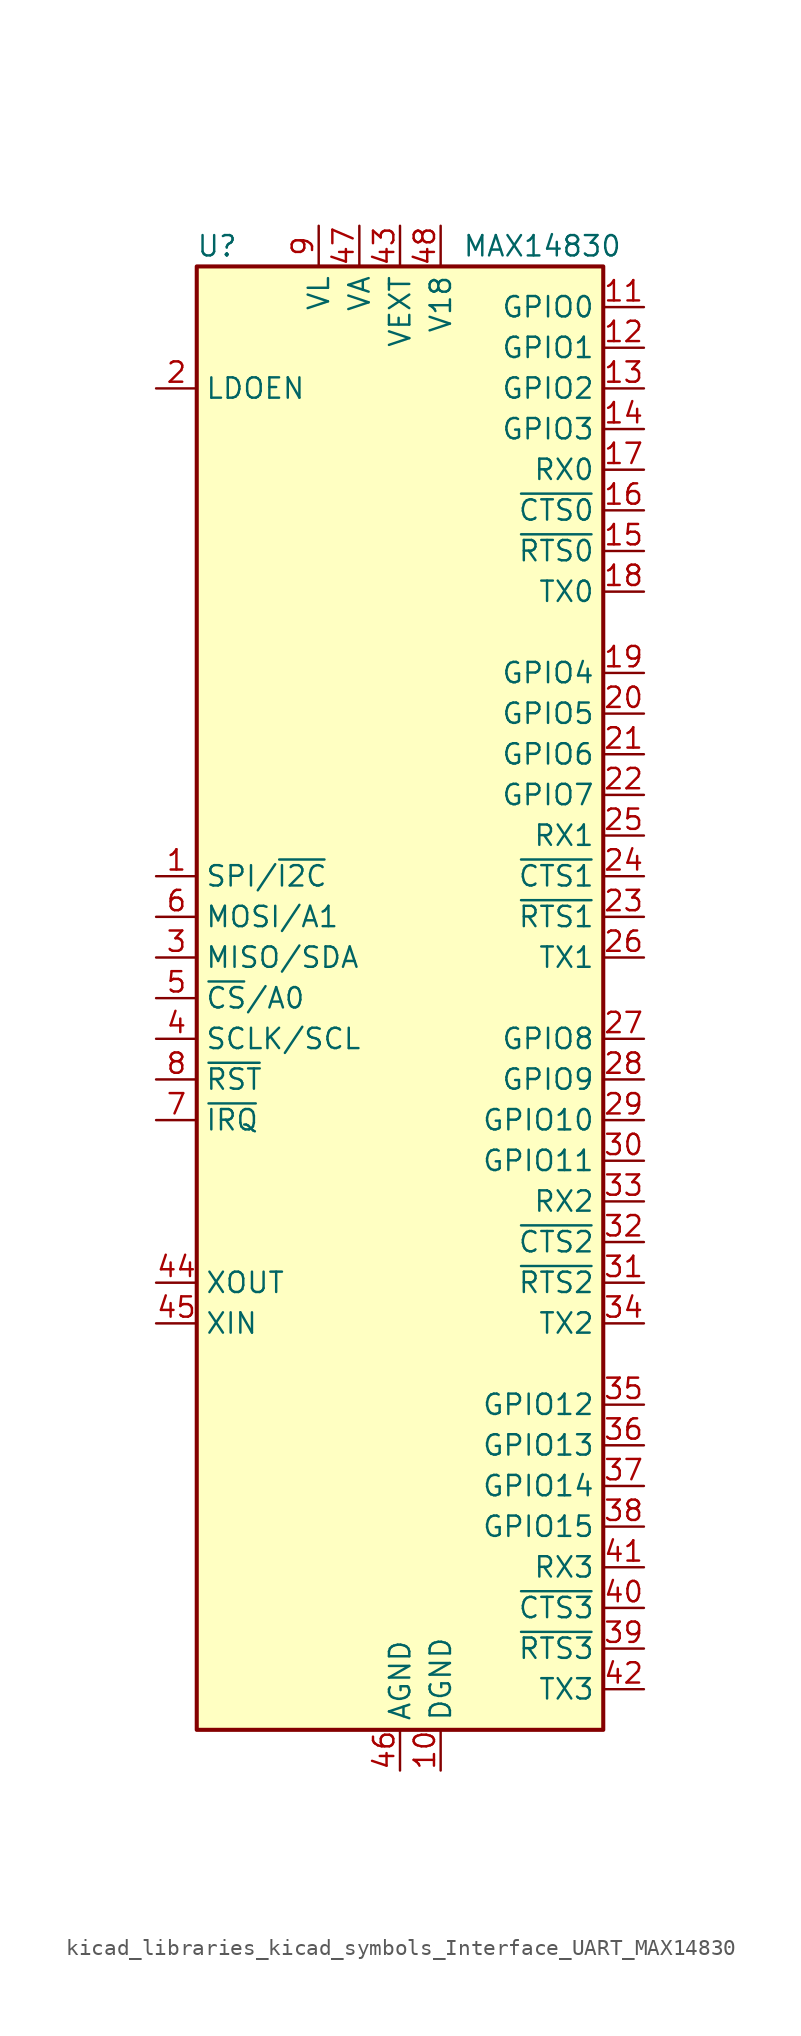
<source format=kicad_sym>
(kicad_symbol_lib
  (version 20220914)
  (generator kicad_symbol_editor)
  (symbol "kicad_libraries_kicad_symbols_Interface_UART_MAX14830"
    (property "Reference" "U"
      (at -11.43 46.99 0)
      (effects (font (size 1.27 1.27))))
    (property "Value" "MAX14830"
      (at 8.89 46.99 0)
      (effects (font (size 1.27 1.27))))
    (symbol "kicad_libraries_kicad_symbols_Interface_UART_MAX14830_0_1"
      (rectangle (start 12.7 45.72) (end -12.7 -45.72) (stroke (width 0.254) (type default)) (fill (type background))))
    (symbol "kicad_libraries_kicad_symbols_Interface_UART_MAX14830_1_1"
      (pin input line (at -15.24 7.62 0) (length 2.54) (name "SPI/~{I2C}" (effects (font (size 1.27 1.27)))) (number "1" (effects (font (size 1.27 1.27)))))
      (pin power_in line (at 2.54 -48.26 90) (length 2.54) (name "DGND" (effects (font (size 1.27 1.27)))) (number "10" (effects (font (size 1.27 1.27)))))
      (pin bidirectional line (at 15.24 43.18 180) (length 2.54) (name "GPIO0" (effects (font (size 1.27 1.27)))) (number "11" (effects (font (size 1.27 1.27)))))
      (pin bidirectional line (at 15.24 40.64 180) (length 2.54) (name "GPIO1" (effects (font (size 1.27 1.27)))) (number "12" (effects (font (size 1.27 1.27)))))
      (pin bidirectional line (at 15.24 38.1 180) (length 2.54) (name "GPIO2" (effects (font (size 1.27 1.27)))) (number "13" (effects (font (size 1.27 1.27)))))
      (pin bidirectional line (at 15.24 35.56 180) (length 2.54) (name "GPIO3" (effects (font (size 1.27 1.27)))) (number "14" (effects (font (size 1.27 1.27)))))
      (pin output line (at 15.24 27.94 180) (length 2.54) (name "~{RTS0}" (effects (font (size 1.27 1.27)))) (number "15" (effects (font (size 1.27 1.27)))))
      (pin input line (at 15.24 30.48 180) (length 2.54) (name "~{CTS0}" (effects (font (size 1.27 1.27)))) (number "16" (effects (font (size 1.27 1.27)))))
      (pin input line (at 15.24 33.02 180) (length 2.54) (name "RX0" (effects (font (size 1.27 1.27)))) (number "17" (effects (font (size 1.27 1.27)))))
      (pin output line (at 15.24 25.4 180) (length 2.54) (name "TX0" (effects (font (size 1.27 1.27)))) (number "18" (effects (font (size 1.27 1.27)))))
      (pin bidirectional line (at 15.24 20.32 180) (length 2.54) (name "GPIO4" (effects (font (size 1.27 1.27)))) (number "19" (effects (font (size 1.27 1.27)))))
      (pin input line (at -15.24 38.1 0) (length 2.54) (name "LDOEN" (effects (font (size 1.27 1.27)))) (number "2" (effects (font (size 1.27 1.27)))))
      (pin bidirectional line (at 15.24 17.78 180) (length 2.54) (name "GPIO5" (effects (font (size 1.27 1.27)))) (number "20" (effects (font (size 1.27 1.27)))))
      (pin bidirectional line (at 15.24 15.24 180) (length 2.54) (name "GPIO6" (effects (font (size 1.27 1.27)))) (number "21" (effects (font (size 1.27 1.27)))))
      (pin bidirectional line (at 15.24 12.7 180) (length 2.54) (name "GPIO7" (effects (font (size 1.27 1.27)))) (number "22" (effects (font (size 1.27 1.27)))))
      (pin output line (at 15.24 5.08 180) (length 2.54) (name "~{RTS1}" (effects (font (size 1.27 1.27)))) (number "23" (effects (font (size 1.27 1.27)))))
      (pin input line (at 15.24 7.62 180) (length 2.54) (name "~{CTS1}" (effects (font (size 1.27 1.27)))) (number "24" (effects (font (size 1.27 1.27)))))
      (pin input line (at 15.24 10.16 180) (length 2.54) (name "RX1" (effects (font (size 1.27 1.27)))) (number "25" (effects (font (size 1.27 1.27)))))
      (pin output line (at 15.24 2.54 180) (length 2.54) (name "TX1" (effects (font (size 1.27 1.27)))) (number "26" (effects (font (size 1.27 1.27)))))
      (pin bidirectional line (at 15.24 -2.54 180) (length 2.54) (name "GPIO8" (effects (font (size 1.27 1.27)))) (number "27" (effects (font (size 1.27 1.27)))))
      (pin bidirectional line (at 15.24 -5.08 180) (length 2.54) (name "GPIO9" (effects (font (size 1.27 1.27)))) (number "28" (effects (font (size 1.27 1.27)))))
      (pin bidirectional line (at 15.24 -7.62 180) (length 2.54) (name "GPIO10" (effects (font (size 1.27 1.27)))) (number "29" (effects (font (size 1.27 1.27)))))
      (pin bidirectional line (at -15.24 2.54 0) (length 2.54) (name "MISO/SDA" (effects (font (size 1.27 1.27)))) (number "3" (effects (font (size 1.27 1.27)))))
      (pin bidirectional line (at 15.24 -10.16 180) (length 2.54) (name "GPIO11" (effects (font (size 1.27 1.27)))) (number "30" (effects (font (size 1.27 1.27)))))
      (pin output line (at 15.24 -17.78 180) (length 2.54) (name "~{RTS2}" (effects (font (size 1.27 1.27)))) (number "31" (effects (font (size 1.27 1.27)))))
      (pin input line (at 15.24 -15.24 180) (length 2.54) (name "~{CTS2}" (effects (font (size 1.27 1.27)))) (number "32" (effects (font (size 1.27 1.27)))))
      (pin input line (at 15.24 -12.7 180) (length 2.54) (name "RX2" (effects (font (size 1.27 1.27)))) (number "33" (effects (font (size 1.27 1.27)))))
      (pin output line (at 15.24 -20.32 180) (length 2.54) (name "TX2" (effects (font (size 1.27 1.27)))) (number "34" (effects (font (size 1.27 1.27)))))
      (pin bidirectional line (at 15.24 -25.4 180) (length 2.54) (name "GPIO12" (effects (font (size 1.27 1.27)))) (number "35" (effects (font (size 1.27 1.27)))))
      (pin bidirectional line (at 15.24 -27.94 180) (length 2.54) (name "GPIO13" (effects (font (size 1.27 1.27)))) (number "36" (effects (font (size 1.27 1.27)))))
      (pin bidirectional line (at 15.24 -30.48 180) (length 2.54) (name "GPIO14" (effects (font (size 1.27 1.27)))) (number "37" (effects (font (size 1.27 1.27)))))
      (pin bidirectional line (at 15.24 -33.02 180) (length 2.54) (name "GPIO15" (effects (font (size 1.27 1.27)))) (number "38" (effects (font (size 1.27 1.27)))))
      (pin output line (at 15.24 -40.64 180) (length 2.54) (name "~{RTS3}" (effects (font (size 1.27 1.27)))) (number "39" (effects (font (size 1.27 1.27)))))
      (pin input line (at -15.24 -2.54 0) (length 2.54) (name "SCLK/SCL" (effects (font (size 1.27 1.27)))) (number "4" (effects (font (size 1.27 1.27)))))
      (pin input line (at 15.24 -38.1 180) (length 2.54) (name "~{CTS3}" (effects (font (size 1.27 1.27)))) (number "40" (effects (font (size 1.27 1.27)))))
      (pin input line (at 15.24 -35.56 180) (length 2.54) (name "RX3" (effects (font (size 1.27 1.27)))) (number "41" (effects (font (size 1.27 1.27)))))
      (pin output line (at 15.24 -43.18 180) (length 2.54) (name "TX3" (effects (font (size 1.27 1.27)))) (number "42" (effects (font (size 1.27 1.27)))))
      (pin power_in line (at 0 48.26 270) (length 2.54) (name "VEXT" (effects (font (size 1.27 1.27)))) (number "43" (effects (font (size 1.27 1.27)))))
      (pin output line (at -15.24 -17.78 0) (length 2.54) (name "XOUT" (effects (font (size 1.27 1.27)))) (number "44" (effects (font (size 1.27 1.27)))))
      (pin input line (at -15.24 -20.32 0) (length 2.54) (name "XIN" (effects (font (size 1.27 1.27)))) (number "45" (effects (font (size 1.27 1.27)))))
      (pin power_in line (at 0 -48.26 90) (length 2.54) (name "AGND" (effects (font (size 1.27 1.27)))) (number "46" (effects (font (size 1.27 1.27)))))
      (pin power_in line (at -2.54 48.26 270) (length 2.54) (name "VA" (effects (font (size 1.27 1.27)))) (number "47" (effects (font (size 1.27 1.27)))))
      (pin power_out line (at 2.54 48.26 270) (length 2.54) (name "V18" (effects (font (size 1.27 1.27)))) (number "48" (effects (font (size 1.27 1.27)))))
      (pin passive line (at 0 -48.26 90) (length 2.54) hide (name "AGND" (effects (font (size 1.27 1.27)))) (number "49" (effects (font (size 1.27 1.27)))))
      (pin input line (at -15.24 0 0) (length 2.54) (name "~{CS}/A0" (effects (font (size 1.27 1.27)))) (number "5" (effects (font (size 1.27 1.27)))))
      (pin input line (at -15.24 5.08 0) (length 2.54) (name "MOSI/A1" (effects (font (size 1.27 1.27)))) (number "6" (effects (font (size 1.27 1.27)))))
      (pin input line (at -15.24 -7.62 0) (length 2.54) (name "~{IRQ}" (effects (font (size 1.27 1.27)))) (number "7" (effects (font (size 1.27 1.27)))))
      (pin input line (at -15.24 -5.08 0) (length 2.54) (name "~{RST}" (effects (font (size 1.27 1.27)))) (number "8" (effects (font (size 1.27 1.27)))))
      (pin power_in line (at -5.08 48.26 270) (length 2.54) (name "VL" (effects (font (size 1.27 1.27)))) (number "9" (effects (font (size 1.27 1.27))))))))
</source>
